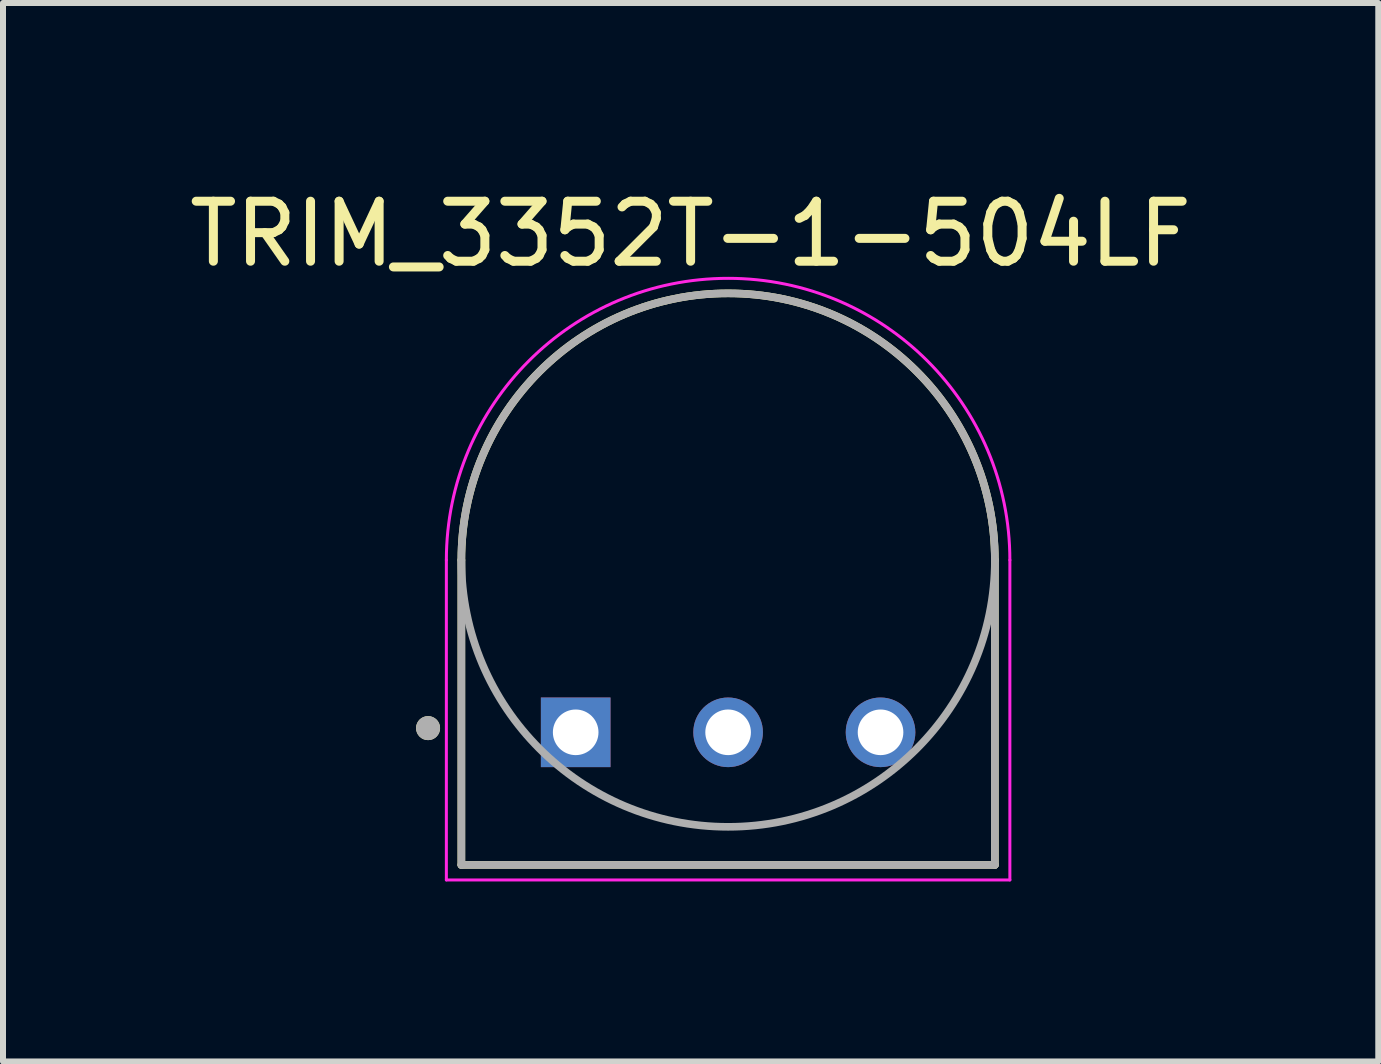
<source format=kicad_pcb>
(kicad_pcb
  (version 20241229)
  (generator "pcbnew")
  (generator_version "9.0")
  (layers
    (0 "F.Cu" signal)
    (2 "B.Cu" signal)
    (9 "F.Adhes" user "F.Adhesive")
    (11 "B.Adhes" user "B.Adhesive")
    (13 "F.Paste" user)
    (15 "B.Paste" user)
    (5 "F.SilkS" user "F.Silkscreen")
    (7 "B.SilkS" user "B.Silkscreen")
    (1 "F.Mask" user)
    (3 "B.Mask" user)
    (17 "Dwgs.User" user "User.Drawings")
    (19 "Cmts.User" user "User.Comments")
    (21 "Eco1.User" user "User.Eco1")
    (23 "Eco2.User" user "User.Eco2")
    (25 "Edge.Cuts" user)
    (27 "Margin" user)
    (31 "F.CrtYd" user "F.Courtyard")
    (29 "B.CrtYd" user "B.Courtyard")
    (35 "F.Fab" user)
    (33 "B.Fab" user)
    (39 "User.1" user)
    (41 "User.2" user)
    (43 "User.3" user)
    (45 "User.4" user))
  (footprint "TRIM_3352T-1-504LF"
    (layer "F.Cu")
    (at 9.083 6.283)
    (property "Reference" "TRIM_3352T-1-504LF" (at -0.625 -5.435 0) (layer "F.SilkS") (effects (font (size 1 1) (thickness 0.15))))
    (attr through_hole)
    (fp_line (start -4.445 0) (end -4.445 5.08) (stroke (width 0.127) (type solid)) (layer "F.SilkS"))
    (fp_line (start -4.445 5.08) (end 4.445 5.08) (stroke (width 0.127) (type solid)) (layer "F.SilkS"))
    (fp_line (start 4.445 0) (end 4.445 5.08) (stroke (width 0.127) (type solid)) (layer "F.SilkS"))
    (fp_arc (start -4.445 0) (mid 0 -4.445) (end 4.445 0) (stroke (width 0.127) (type solid)) (layer "F.SilkS"))
    (fp_circle (center -5 2.8) (end -4.9 2.8) (stroke (width 0.2) (type solid)) (fill no) (layer "F.SilkS"))
    (fp_line (start -4.695 0) (end -4.695 5.33) (stroke (width 0.05) (type solid)) (layer "F.CrtYd"))
    (fp_line (start -4.695 5.33) (end 4.695 5.33) (stroke (width 0.05) (type solid)) (layer "F.CrtYd"))
    (fp_line (start 4.695 5.33) (end 4.695 0) (stroke (width 0.05) (type solid)) (layer "F.CrtYd"))
    (fp_arc (start -4.695 0) (mid 0 -4.695) (end 4.695 0) (stroke (width 0.05) (type solid)) (layer "F.CrtYd"))
    (fp_line (start -4.445 0) (end -4.445 5.08) (stroke (width 0.127) (type solid)) (layer "F.Fab"))
    (fp_line (start -4.445 5.08) (end 4.445 5.08) (stroke (width 0.127) (type solid)) (layer "F.Fab"))
    (fp_line (start 4.445 5.08) (end 4.445 0) (stroke (width 0.127) (type solid)) (layer "F.Fab"))
    (fp_circle (center -5 2.8) (end -4.9 2.8) (stroke (width 0.2) (type solid)) (fill no) (layer "F.Fab"))
    (fp_circle (center 0 0) (end 4.445 0) (stroke (width 0.127) (type solid)) (fill no) (layer "F.Fab"))
    (pad "1" thru_hole rect (at -2.54 2.87) (size 1.16 1.16) (drill 0.76) (layers "*.Cu" "*.Mask"))
    (pad "2" thru_hole circle (at 0 2.87) (size 1.16 1.16) (drill 0.76) (layers "*.Cu" "*.Mask"))
    (pad "3" thru_hole circle (at 2.54 2.87) (size 1.16 1.16) (drill 0.76) (layers "*.Cu" "*.Mask")))
  (gr_rect
    (start -3 -3)
    (end 19.917 14.638)
    (stroke (width 0.1) (type default))
    (fill no)
    (layer "Edge.Cuts")))
</source>
